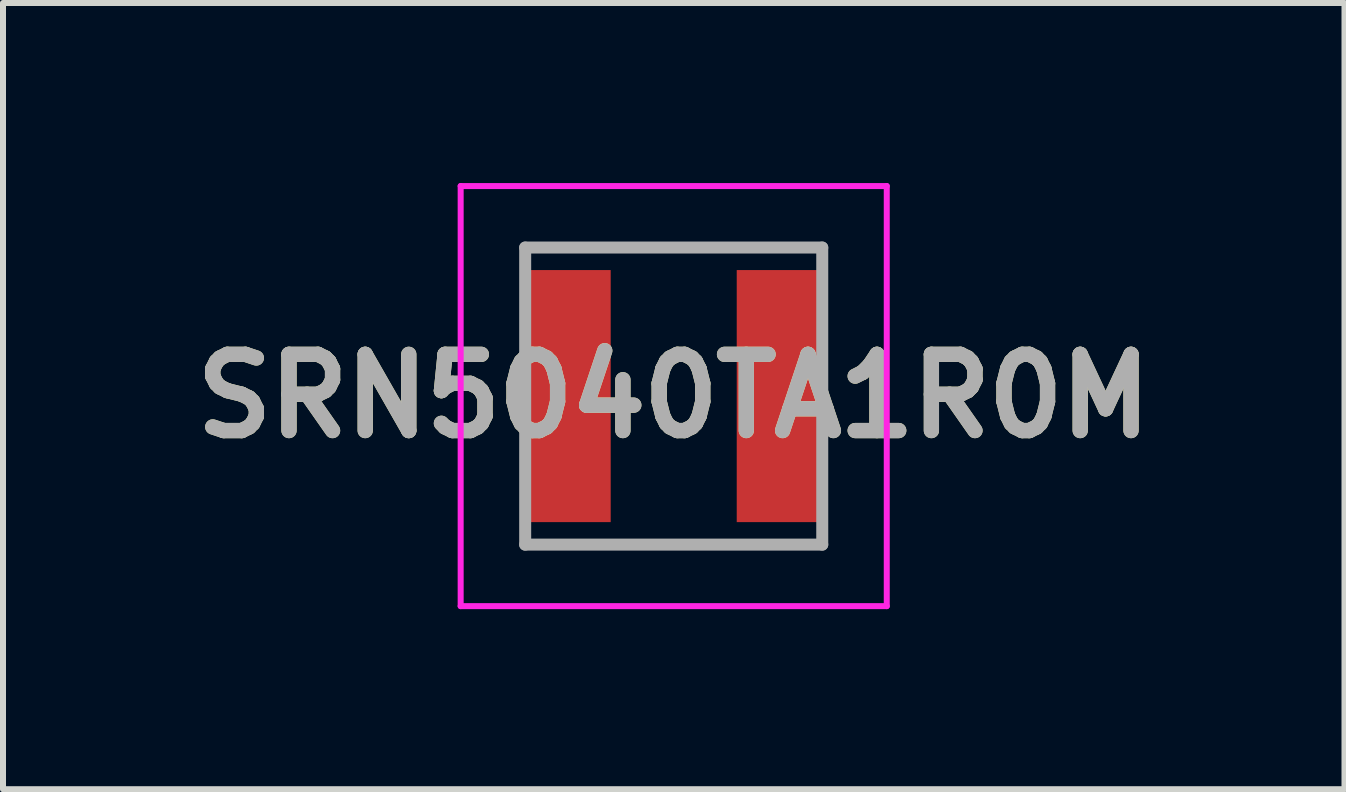
<source format=kicad_pcb>
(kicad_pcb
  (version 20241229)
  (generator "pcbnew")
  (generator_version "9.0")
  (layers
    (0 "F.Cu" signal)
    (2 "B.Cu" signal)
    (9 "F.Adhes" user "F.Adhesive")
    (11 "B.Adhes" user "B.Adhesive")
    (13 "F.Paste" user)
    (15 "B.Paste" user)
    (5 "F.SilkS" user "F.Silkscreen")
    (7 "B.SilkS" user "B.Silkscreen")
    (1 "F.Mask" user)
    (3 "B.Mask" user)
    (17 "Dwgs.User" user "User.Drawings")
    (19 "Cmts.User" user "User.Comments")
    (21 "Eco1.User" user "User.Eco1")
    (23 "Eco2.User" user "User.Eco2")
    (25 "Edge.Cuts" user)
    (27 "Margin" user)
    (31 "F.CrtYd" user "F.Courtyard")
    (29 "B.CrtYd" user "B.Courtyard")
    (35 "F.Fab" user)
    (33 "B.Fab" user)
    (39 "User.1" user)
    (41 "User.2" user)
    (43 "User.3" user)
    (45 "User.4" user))
  (footprint "SRN5040TA1R0M"
    (layer "F.Cu")
    (at 8.176 3.55)
    (property "Reference" "SRN5040TA1R0M" (at 0 0 0) (layer "F.SilkS") (effects (font (size 1.27 1.27) (thickness 0.254))))
    (attr smd)
    (fp_line (start -2 -2.5) (end 1.5 -2.5) (stroke (width 0.1) (type solid)) (layer "F.SilkS"))
    (fp_line (start -2 2.475) (end 1.5 2.5) (stroke (width 0.1) (type solid)) (layer "F.SilkS"))
    (fp_line (start -3.55 -3.5) (end 3.55 -3.5) (stroke (width 0.1) (type solid)) (layer "F.CrtYd"))
    (fp_line (start -3.55 3.5) (end -3.55 -3.5) (stroke (width 0.1) (type solid)) (layer "F.CrtYd"))
    (fp_line (start 3.55 -3.5) (end 3.55 3.5) (stroke (width 0.1) (type solid)) (layer "F.CrtYd"))
    (fp_line (start 3.55 3.5) (end -3.55 3.5) (stroke (width 0.1) (type solid)) (layer "F.CrtYd"))
    (fp_line (start -2.475 -2.475) (end 2.475 -2.475) (stroke (width 0.2) (type solid)) (layer "F.Fab"))
    (fp_line (start -2.475 2.475) (end -2.475 -2.475) (stroke (width 0.2) (type solid)) (layer "F.Fab"))
    (fp_line (start 2.475 -2.475) (end 2.475 2.475) (stroke (width 0.2) (type solid)) (layer "F.Fab"))
    (fp_line (start 2.475 2.475) (end -2.475 2.475) (stroke (width 0.2) (type solid)) (layer "F.Fab"))
    (fp_text user "${REFERENCE}" (at 0 0 0) (layer "F.Fab") (effects (font (size 1.27 1.27) (thickness 0.254))))
    (pad "1" smd rect (at -1.8 0) (size 1.5 4.2) (layers "F.Cu" "F.Mask" "F.Paste"))
    (pad "2" smd rect (at 1.8 0) (size 1.5 4.2) (layers "F.Cu" "F.Mask" "F.Paste")))
  (gr_rect
    (start -3 -3)
    (end 19.353 10.1)
    (stroke (width 0.1) (type default))
    (fill no)
    (layer "Edge.Cuts")))
</source>
